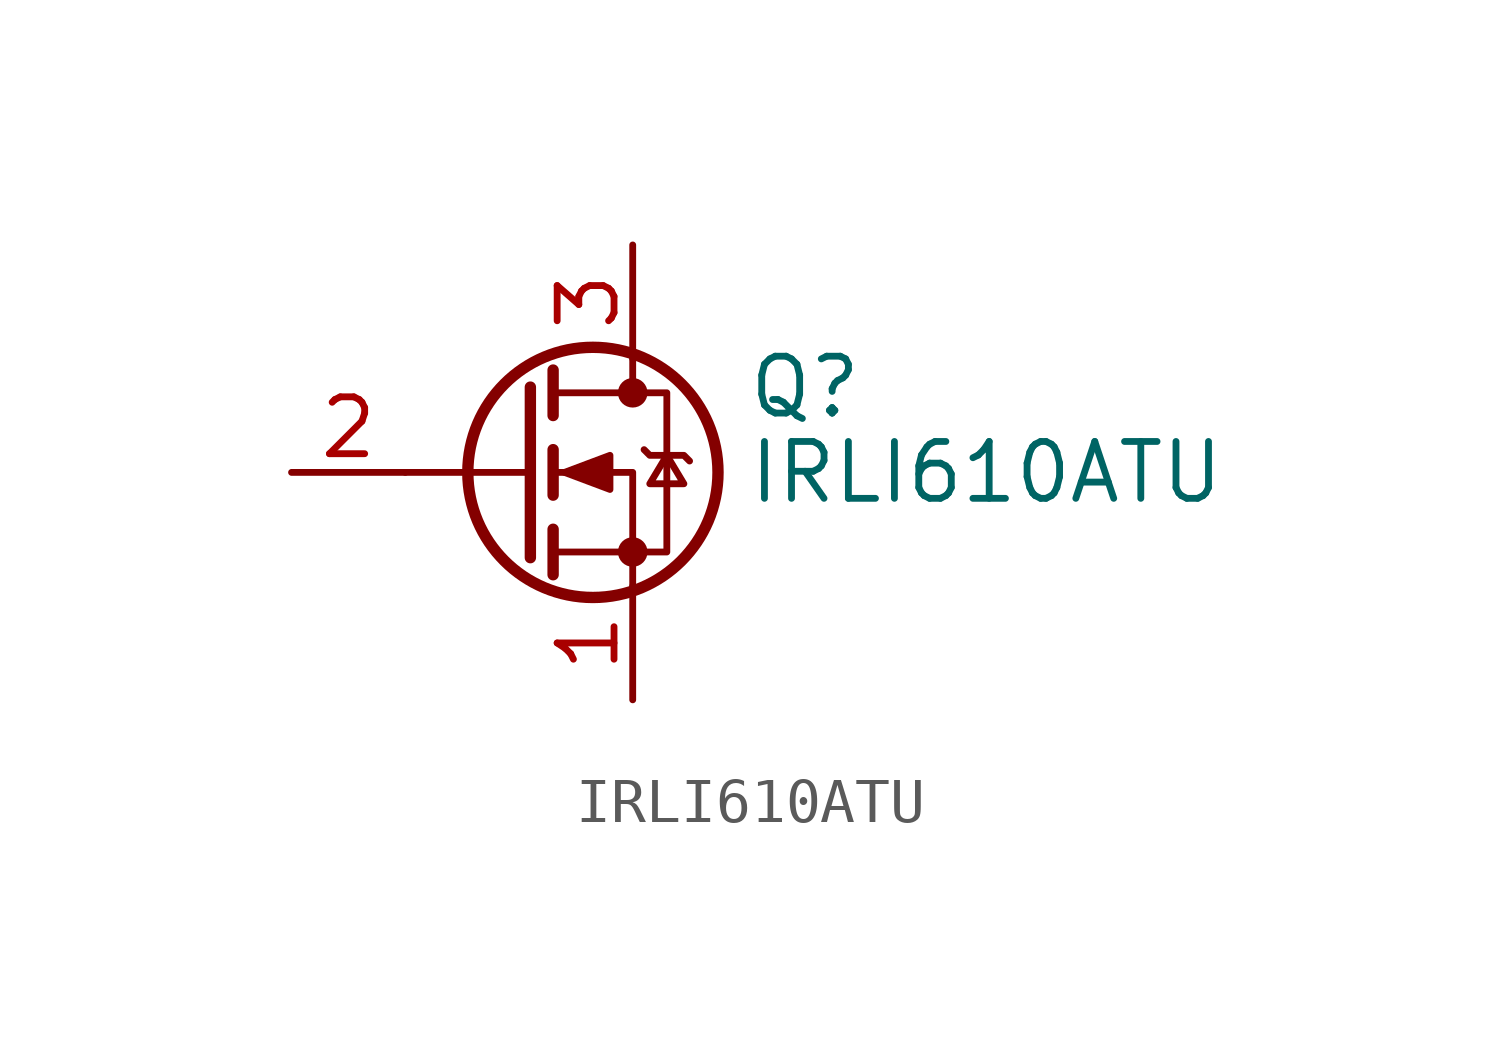
<source format=kicad_sym>
(kicad_symbol_lib
  (version 20211014)
  (generator kicad_symbol_editor)
  (symbol "IRLI610ATU"
    (pin_names hide)
    (property "Reference" "Q"
      (at 5.08 1.905 0)
      (effects (font (size 1.27 1.27)) (justify left)))
    (property "Value" "IRLI610ATU"
      (at 5.08 0 0)
      (effects (font (size 1.27 1.27)) (justify left)))
    (symbol "IRLI610ATU_0_1"
      (polyline (pts (xy 0.254 0) (xy -2.54 0)) (stroke (width 0) (type default) (color 0 0 0 0)) (fill (type none)))
      (polyline (pts (xy 0.254 1.905) (xy 0.254 -1.905)) (stroke (width 0.254) (type default) (color 0 0 0 0)) (fill (type none)))
      (polyline (pts (xy 0.762 -1.27) (xy 0.762 -2.286)) (stroke (width 0.254) (type default) (color 0 0 0 0)) (fill (type none)))
      (polyline (pts (xy 0.762 0.508) (xy 0.762 -0.508)) (stroke (width 0.254) (type default) (color 0 0 0 0)) (fill (type none)))
      (polyline (pts (xy 0.762 2.286) (xy 0.762 1.27)) (stroke (width 0.254) (type default) (color 0 0 0 0)) (fill (type none)))
      (polyline (pts (xy 2.54 2.54) (xy 2.54 1.778)) (stroke (width 0) (type default) (color 0 0 0 0)) (fill (type none)))
      (polyline (pts (xy 2.54 -2.54) (xy 2.54 0) (xy 0.762 0)) (stroke (width 0) (type default) (color 0 0 0 0)) (fill (type none)))
      (polyline (pts (xy 0.762 -1.778) (xy 3.302 -1.778) (xy 3.302 1.778) (xy 0.762 1.778)) (stroke (width 0) (type default) (color 0 0 0 0)) (fill (type none)))
      (polyline (pts (xy 1.016 0) (xy 2.032 0.381) (xy 2.032 -0.381) (xy 1.016 0)) (stroke (width 0) (type default) (color 0 0 0 0)) (fill (type outline)))
      (polyline (pts (xy 2.794 0.508) (xy 2.921 0.381) (xy 3.683 0.381) (xy 3.81 0.254)) (stroke (width 0) (type default) (color 0 0 0 0)) (fill (type none)))
      (polyline (pts (xy 3.302 0.381) (xy 2.921 -0.254) (xy 3.683 -0.254) (xy 3.302 0.381)) (stroke (width 0) (type default) (color 0 0 0 0)) (fill (type none)))
      (circle (center 1.651 0) (radius 2.794) (stroke (width 0.254) (type default) (color 0 0 0 0)) (fill (type none)))
      (circle (center 2.54 -1.778) (radius 0.254) (stroke (width 0) (type default) (color 0 0 0 0)) (fill (type outline)))
      (circle (center 2.54 1.778) (radius 0.254) (stroke (width 0) (type default) (color 0 0 0 0)) (fill (type outline))))
    (symbol "IRLI610ATU_1_1"
      (pin passive line (at 2.54 -5.08 90) (length 2.54) (name "S" (effects (font (size 1.27 1.27)))) (number "1" (effects (font (size 1.27 1.27)))))
      (pin input line (at -5.08 0 0) (length 2.54) (name "G" (effects (font (size 1.27 1.27)))) (number "2" (effects (font (size 1.27 1.27)))))
      (pin passive line (at 2.54 5.08 270) (length 2.54) (name "D" (effects (font (size 1.27 1.27)))) (number "3" (effects (font (size 1.27 1.27))))))))
</source>
